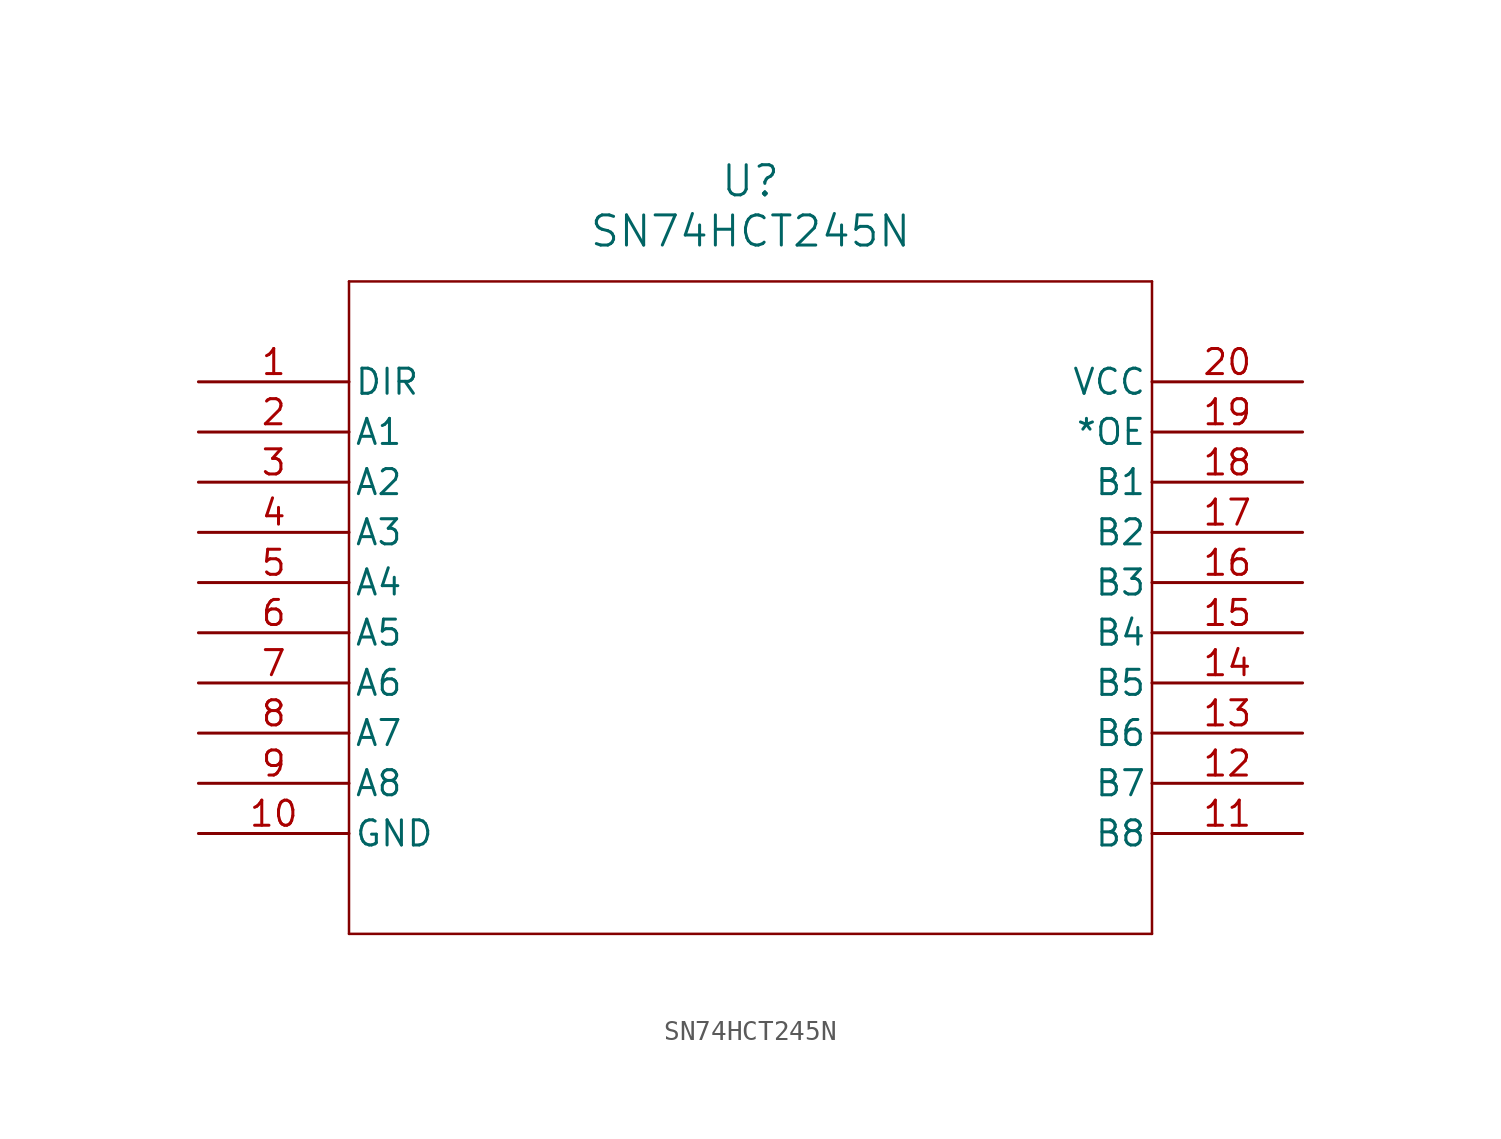
<source format=kicad_sym>
(kicad_symbol_lib
  (version 20211014)
  (generator kicad_symbol_editor)
  (symbol "SN74HCT245N"
    (pin_names
      (offset 0.254))
    (property "Reference" "U"
      (at 27.94 10.16 0)
      (effects (font (size 1.524 1.524))))
    (property "Value" "SN74HCT245N"
      (at 27.94 7.62 0)
      (effects (font (size 1.524 1.524))))
    (symbol "SN74HCT245N_0_1"
      (polyline (pts (xy 7.62 5.08) (xy 7.62 -27.94)) (stroke (width 0.127) (type default) (color 0 0 0 0)) (fill (type none)))
      (polyline (pts (xy 7.62 -27.94) (xy 48.26 -27.94)) (stroke (width 0.127) (type default) (color 0 0 0 0)) (fill (type none)))
      (polyline (pts (xy 48.26 -27.94) (xy 48.26 5.08)) (stroke (width 0.127) (type default) (color 0 0 0 0)) (fill (type none)))
      (polyline (pts (xy 48.26 5.08) (xy 7.62 5.08)) (stroke (width 0.127) (type default) (color 0 0 0 0)) (fill (type none)))
      (pin input line (at 0 0 0) (length 7.62) (name "DIR" (effects (font (size 1.27 1.27)))) (number "1" (effects (font (size 1.27 1.27)))))
      (pin bidirectional line (at 0 -2.54 0) (length 7.62) (name "A1" (effects (font (size 1.27 1.27)))) (number "2" (effects (font (size 1.27 1.27)))))
      (pin bidirectional line (at 0 -5.08 0) (length 7.62) (name "A2" (effects (font (size 1.27 1.27)))) (number "3" (effects (font (size 1.27 1.27)))))
      (pin bidirectional line (at 0 -7.62 0) (length 7.62) (name "A3" (effects (font (size 1.27 1.27)))) (number "4" (effects (font (size 1.27 1.27)))))
      (pin bidirectional line (at 0 -10.16 0) (length 7.62) (name "A4" (effects (font (size 1.27 1.27)))) (number "5" (effects (font (size 1.27 1.27)))))
      (pin bidirectional line (at 0 -12.7 0) (length 7.62) (name "A5" (effects (font (size 1.27 1.27)))) (number "6" (effects (font (size 1.27 1.27)))))
      (pin bidirectional line (at 0 -15.24 0) (length 7.62) (name "A6" (effects (font (size 1.27 1.27)))) (number "7" (effects (font (size 1.27 1.27)))))
      (pin bidirectional line (at 0 -17.78 0) (length 7.62) (name "A7" (effects (font (size 1.27 1.27)))) (number "8" (effects (font (size 1.27 1.27)))))
      (pin bidirectional line (at 0 -20.32 0) (length 7.62) (name "A8" (effects (font (size 1.27 1.27)))) (number "9" (effects (font (size 1.27 1.27)))))
      (pin power_in line (at 0 -22.86 0) (length 7.62) (name "GND" (effects (font (size 1.27 1.27)))) (number "10" (effects (font (size 1.27 1.27)))))
      (pin bidirectional line (at 55.88 -22.86 180) (length 7.62) (name "B8" (effects (font (size 1.27 1.27)))) (number "11" (effects (font (size 1.27 1.27)))))
      (pin bidirectional line (at 55.88 -20.32 180) (length 7.62) (name "B7" (effects (font (size 1.27 1.27)))) (number "12" (effects (font (size 1.27 1.27)))))
      (pin bidirectional line (at 55.88 -17.78 180) (length 7.62) (name "B6" (effects (font (size 1.27 1.27)))) (number "13" (effects (font (size 1.27 1.27)))))
      (pin bidirectional line (at 55.88 -15.24 180) (length 7.62) (name "B5" (effects (font (size 1.27 1.27)))) (number "14" (effects (font (size 1.27 1.27)))))
      (pin bidirectional line (at 55.88 -12.7 180) (length 7.62) (name "B4" (effects (font (size 1.27 1.27)))) (number "15" (effects (font (size 1.27 1.27)))))
      (pin bidirectional line (at 55.88 -10.16 180) (length 7.62) (name "B3" (effects (font (size 1.27 1.27)))) (number "16" (effects (font (size 1.27 1.27)))))
      (pin bidirectional line (at 55.88 -7.62 180) (length 7.62) (name "B2" (effects (font (size 1.27 1.27)))) (number "17" (effects (font (size 1.27 1.27)))))
      (pin bidirectional line (at 55.88 -5.08 180) (length 7.62) (name "B1" (effects (font (size 1.27 1.27)))) (number "18" (effects (font (size 1.27 1.27)))))
      (pin input line (at 55.88 -2.54 180) (length 7.62) (name "*OE" (effects (font (size 1.27 1.27)))) (number "19" (effects (font (size 1.27 1.27)))))
      (pin power_in line (at 55.88 0 180) (length 7.62) (name "VCC" (effects (font (size 1.27 1.27)))) (number "20" (effects (font (size 1.27 1.27))))))))
</source>
